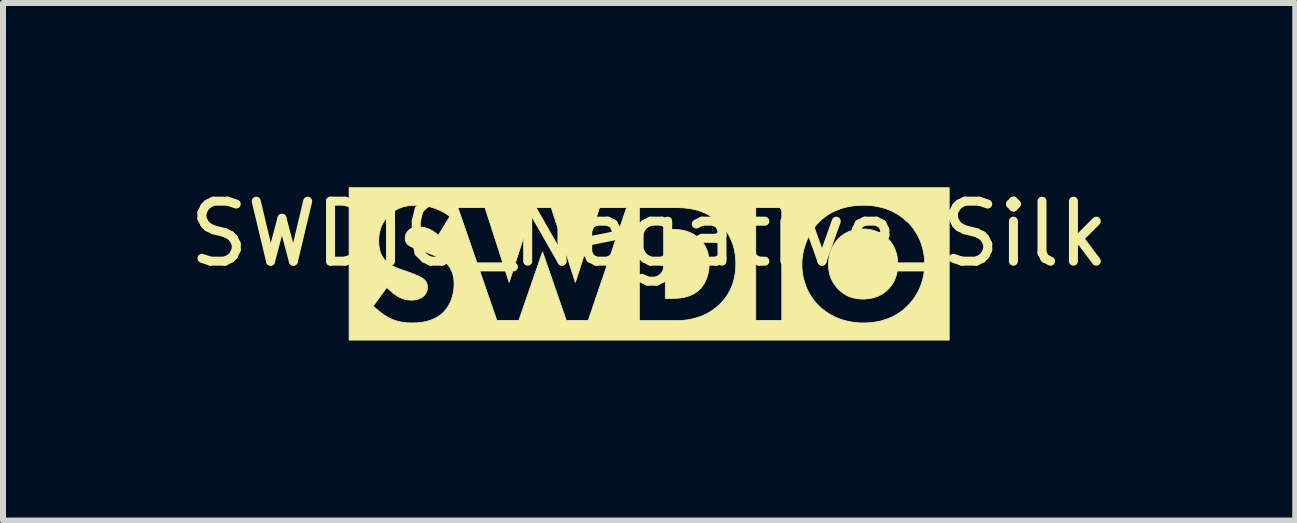
<source format=kicad_pcb>
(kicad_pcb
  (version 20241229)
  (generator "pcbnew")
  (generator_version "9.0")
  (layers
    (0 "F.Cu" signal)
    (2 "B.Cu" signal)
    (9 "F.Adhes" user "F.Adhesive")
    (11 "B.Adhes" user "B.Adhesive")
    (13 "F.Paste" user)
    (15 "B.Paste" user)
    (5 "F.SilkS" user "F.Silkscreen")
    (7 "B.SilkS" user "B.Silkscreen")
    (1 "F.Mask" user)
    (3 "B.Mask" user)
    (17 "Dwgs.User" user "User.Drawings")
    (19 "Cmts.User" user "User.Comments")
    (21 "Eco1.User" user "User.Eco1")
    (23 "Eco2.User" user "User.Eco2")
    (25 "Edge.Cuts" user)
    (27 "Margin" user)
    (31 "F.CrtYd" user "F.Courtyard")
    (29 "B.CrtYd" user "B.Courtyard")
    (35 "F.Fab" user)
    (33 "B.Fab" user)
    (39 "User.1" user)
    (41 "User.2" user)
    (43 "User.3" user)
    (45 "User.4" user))
  (footprint "SWDIO_Negative_Silk"
    (layer "F.Cu")
    (at 7.768 1.348)
    (property "Reference" "SWDIO_Negative_Silk" (at 0 -0.5 0) (unlocked yes) (layer "F.SilkS") (effects (font (size 1 1) (thickness 0.15))))
    (fp_poly (pts (xy 0.439 -0.574) (xy 0.467 -0.572) (xy 0.495 -0.57) (xy 0.524 -0.566) (xy 0.554 -0.561) (xy 0.584 -0.555) (xy 0.614 -0.547) (xy 0.644 -0.537) (xy 0.674 -0.526) (xy 0.704 -0.513) (xy 0.733 -0.498) (xy 0.762 -0.48) (xy 0.791 -0.46) (xy 0.819 -0.438) (xy 0.832 -0.426) (xy 0.846 -0.413) (xy 0.859 -0.398) (xy 0.873 -0.383) (xy 0.887 -0.366) (xy 0.901 -0.347) (xy 0.914 -0.328) (xy 0.927 -0.307) (xy 0.939 -0.284) (xy 0.951 -0.26) (xy 0.962 -0.235) (xy 0.971 -0.207) (xy 0.98 -0.178) (xy 0.987 -0.148) (xy 0.993 -0.115) (xy 0.997 -0.081) (xy 1 -0.045) (xy 1.001 -0.007) (xy 1 0.031) (xy 0.997 0.069) (xy 0.993 0.105) (xy 0.986 0.14) (xy 0.979 0.174) (xy 0.97 0.206) (xy 0.959 0.237) (xy 0.947 0.267) (xy 0.934 0.295) (xy 0.92 0.322) (xy 0.905 0.347) (xy 0.889 0.37) (xy 0.872 0.392) (xy 0.855 0.413) (xy 0.836 0.431) (xy 0.817 0.448) (xy 0.804 0.459) (xy 0.79 0.469) (xy 0.776 0.479) (xy 0.762 0.488) (xy 0.748 0.496) (xy 0.733 0.504) (xy 0.703 0.518) (xy 0.673 0.531) (xy 0.643 0.541) (xy 0.613 0.549) (xy 0.584 0.557) (xy 0.554 0.562) (xy 0.526 0.566) (xy 0.499 0.57) (xy 0.473 0.572) (xy 0.426 0.574) (xy 0.387 0.575) (xy 0.27 0.575) (xy 0.27 -0.575) (xy 0.387 -0.575)) (stroke (width 0.013) (type solid)) (fill yes) (layer "F.SilkS"))
    (fp_poly (pts (xy 3.598 -0.581) (xy 3.629 -0.579) (xy 3.66 -0.575) (xy 3.691 -0.57) (xy 3.72 -0.563) (xy 3.749 -0.555) (xy 3.777 -0.546) (xy 3.804 -0.535) (xy 3.83 -0.524) (xy 3.855 -0.511) (xy 3.879 -0.498) (xy 3.902 -0.484) (xy 3.924 -0.469) (xy 3.945 -0.453) (xy 3.964 -0.437) (xy 3.982 -0.42) (xy 3.997 -0.403) (xy 4.013 -0.385) (xy 4.028 -0.366) (xy 4.043 -0.345) (xy 4.057 -0.323) (xy 4.07 -0.3) (xy 4.083 -0.275) (xy 4.095 -0.249) (xy 4.105 -0.222) (xy 4.115 -0.193) (xy 4.123 -0.164) (xy 4.131 -0.133) (xy 4.136 -0.1) (xy 4.14 -0.067) (xy 4.143 -0.032) (xy 4.144 0.004) (xy 4.144 0.023) (xy 4.143 0.043) (xy 4.142 0.062) (xy 4.14 0.08) (xy 4.138 0.099) (xy 4.135 0.116) (xy 4.132 0.133) (xy 4.129 0.15) (xy 4.125 0.166) (xy 4.121 0.182) (xy 4.117 0.197) (xy 4.112 0.212) (xy 4.102 0.241) (xy 4.091 0.268) (xy 4.078 0.293) (xy 4.066 0.316) (xy 4.052 0.338) (xy 4.038 0.358) (xy 4.024 0.377) (xy 4.01 0.394) (xy 3.996 0.409) (xy 3.982 0.423) (xy 3.965 0.44) (xy 3.946 0.457) (xy 3.927 0.472) (xy 3.906 0.487) (xy 3.884 0.502) (xy 3.861 0.515) (xy 3.837 0.527) (xy 3.812 0.539) (xy 3.785 0.549) (xy 3.758 0.558) (xy 3.729 0.566) (xy 3.698 0.573) (xy 3.667 0.578) (xy 3.634 0.582) (xy 3.601 0.585) (xy 3.565 0.586) (xy 3.538 0.585) (xy 3.512 0.584) (xy 3.485 0.581) (xy 3.458 0.578) (xy 3.432 0.573) (xy 3.406 0.567) (xy 3.381 0.56) (xy 3.355 0.552) (xy 3.33 0.542) (xy 3.305 0.531) (xy 3.281 0.518) (xy 3.256 0.504) (xy 3.233 0.488) (xy 3.209 0.47) (xy 3.186 0.451) (xy 3.163 0.43) (xy 3.142 0.409) (xy 3.122 0.387) (xy 3.104 0.364) (xy 3.087 0.341) (xy 3.072 0.317) (xy 3.057 0.292) (xy 3.045 0.267) (xy 3.033 0.241) (xy 3.023 0.215) (xy 3.014 0.187) (xy 3.007 0.159) (xy 3.001 0.13) (xy 2.996 0.101) (xy 2.993 0.07) (xy 2.991 0.039) (xy 2.99 0.007) (xy 2.991 -0.012) (xy 2.991 -0.031) (xy 2.993 -0.05) (xy 2.994 -0.068) (xy 2.996 -0.086) (xy 2.999 -0.103) (xy 3.002 -0.12) (xy 3.005 -0.137) (xy 3.013 -0.169) (xy 3.021 -0.199) (xy 3.032 -0.228) (xy 3.043 -0.255) (xy 3.055 -0.281) (xy 3.068 -0.306) (xy 3.082 -0.328) (xy 3.096 -0.35) (xy 3.111 -0.369) (xy 3.126 -0.388) (xy 3.141 -0.405) (xy 3.156 -0.42) (xy 3.153 -0.42) (xy 3.172 -0.438) (xy 3.193 -0.456) (xy 3.214 -0.473) (xy 3.236 -0.488) (xy 3.259 -0.503) (xy 3.283 -0.516) (xy 3.307 -0.528) (xy 3.333 -0.539) (xy 3.359 -0.549) (xy 3.386 -0.558) (xy 3.414 -0.565) (xy 3.442 -0.571) (xy 3.472 -0.576) (xy 3.502 -0.579) (xy 3.533 -0.581) (xy 3.565 -0.582)) (stroke (width 0.013) (type solid)) (fill yes) (layer "F.SilkS"))
    (fp_poly (pts (xy 5.001 1.27) (xy -5 1.27) (xy -5 0.702) (xy -4.598 0.702) (xy -4.57 0.729) (xy -4.538 0.757) (xy -4.505 0.785) (xy -4.47 0.812) (xy -4.433 0.839) (xy -4.414 0.852) (xy -4.396 0.864) (xy -4.377 0.875) (xy -4.359 0.887) (xy -4.341 0.897) (xy -4.323 0.907) (xy -4.3 0.917) (xy -4.278 0.926) (xy -4.255 0.935) (xy -4.232 0.943) (xy -4.21 0.95) (xy -4.187 0.956) (xy -4.164 0.962) (xy -4.141 0.967) (xy -4.118 0.971) (xy -4.094 0.975) (xy -4.071 0.978) (xy -4.047 0.98) (xy -4.023 0.982) (xy -3.998 0.983) (xy -3.974 0.984) (xy -3.949 0.984) (xy -3.897 0.983) (xy -3.868 0.982) (xy -3.837 0.979) (xy -3.804 0.976) (xy -3.77 0.97) (xy -3.734 0.964) (xy -3.698 0.955) (xy -3.665 0.945) (xy -0.163 0.945) (xy 0.447 0.945) (xy 0.513 0.944) (xy 0.548 0.942) (xy 1.777 0.942) (xy 2.211 0.942) (xy 2.211 0.011) (xy 2.546 0.011) (xy 2.547 0.062) (xy 2.551 0.113) (xy 2.558 0.163) (xy 2.566 0.212) (xy 2.578 0.26) (xy 2.591 0.308) (xy 2.607 0.354) (xy 2.625 0.4) (xy 2.645 0.444) (xy 2.667 0.486) (xy 2.691 0.527) (xy 2.717 0.567) (xy 2.745 0.605) (xy 2.774 0.642) (xy 2.806 0.676) (xy 2.839 0.709) (xy 2.866 0.734) (xy 2.896 0.759) (xy 2.929 0.784) (xy 2.963 0.809) (xy 3 0.832) (xy 3.04 0.855) (xy 3.082 0.877) (xy 3.126 0.897) (xy 3.173 0.916) (xy 3.223 0.933) (xy 3.274 0.947) (xy 3.329 0.96) (xy 3.386 0.97) (xy 3.445 0.978) (xy 3.508 0.983) (xy 3.572 0.984) (xy 3.63 0.983) (xy 3.687 0.979) (xy 3.741 0.973) (xy 3.794 0.965) (xy 3.845 0.955) (xy 3.894 0.942) (xy 3.941 0.927) (xy 3.987 0.91) (xy 4.032 0.891) (xy 4.075 0.871) (xy 4.116 0.848) (xy 4.155 0.824) (xy 4.194 0.797) (xy 4.23 0.77) (xy 4.265 0.74) (xy 4.299 0.709) (xy 4.336 0.671) (xy 4.37 0.632) (xy 4.401 0.592) (xy 4.43 0.551) (xy 4.456 0.508) (xy 4.48 0.465) (xy 4.502 0.421) (xy 4.521 0.376) (xy 4.538 0.331) (xy 4.552 0.285) (xy 4.565 0.238) (xy 4.575 0.192) (xy 4.582 0.145) (xy 4.588 0.098) (xy 4.591 0.051) (xy 4.592 0.004) (xy 4.591 -0.051) (xy 4.587 -0.104) (xy 4.58 -0.156) (xy 4.571 -0.207) (xy 4.56 -0.257) (xy 4.546 -0.305) (xy 4.53 -0.352) (xy 4.512 -0.398) (xy 4.492 -0.442) (xy 4.469 -0.485) (xy 4.445 -0.526) (xy 4.419 -0.566) (xy 4.392 -0.604) (xy 4.362 -0.641) (xy 4.332 -0.676) (xy 4.299 -0.709) (xy 4.299 -0.702) (xy 4.263 -0.735) (xy 4.226 -0.767) (xy 4.188 -0.796) (xy 4.148 -0.822) (xy 4.107 -0.847) (xy 4.064 -0.87) (xy 4.021 -0.89) (xy 3.976 -0.908) (xy 3.929 -0.925) (xy 3.882 -0.938) (xy 3.833 -0.95) (xy 3.783 -0.96) (xy 3.732 -0.968) (xy 3.68 -0.973) (xy 3.627 -0.976) (xy 3.572 -0.977) (xy 3.538 -0.977) (xy 3.503 -0.975) (xy 3.47 -0.973) (xy 3.438 -0.971) (xy 3.406 -0.967) (xy 3.375 -0.963) (xy 3.345 -0.958) (xy 3.316 -0.952) (xy 3.287 -0.946) (xy 3.26 -0.939) (xy 3.233 -0.932) (xy 3.207 -0.924) (xy 3.157 -0.906) (xy 3.11 -0.887) (xy 3.066 -0.867) (xy 3.025 -0.845) (xy 2.986 -0.822) (xy 2.951 -0.799) (xy 2.918 -0.775) (xy 2.888 -0.75) (xy 2.86 -0.726) (xy 2.835 -0.702) (xy 2.804 -0.669) (xy 2.774 -0.634) (xy 2.746 -0.597) (xy 2.719 -0.558) (xy 2.693 -0.517) (xy 2.669 -0.475) (xy 2.647 -0.431) (xy 2.627 -0.385) (xy 2.609 -0.339) (xy 2.593 -0.291) (xy 2.579 -0.243) (xy 2.567 -0.193) (xy 2.558 -0.143) (xy 2.551 -0.092) (xy 2.547 -0.041) (xy 2.546 0.011) (xy 2.211 0.011) (xy 2.211 -0.938) (xy 1.777 -0.938) (xy 1.777 0.942) (xy 0.548 0.942) (xy 0.551 0.942) (xy 0.591 0.938) (xy 0.635 0.933) (xy 0.681 0.925) (xy 0.728 0.915) (xy 0.778 0.902) (xy 0.828 0.886) (xy 0.88 0.867) (xy 0.931 0.844) (xy 0.984 0.817) (xy 1.036 0.786) (xy 1.087 0.75) (xy 1.138 0.709) (xy 1.163 0.687) (xy 1.188 0.663) (xy 1.216 0.633) (xy 1.243 0.602) (xy 1.269 0.569) (xy 1.293 0.535) (xy 1.316 0.499) (xy 1.337 0.461) (xy 1.357 0.422) (xy 1.375 0.381) (xy 1.391 0.339) (xy 1.405 0.295) (xy 1.417 0.25) (xy 1.427 0.202) (xy 1.435 0.153) (xy 1.441 0.103) (xy 1.444 0.051) (xy 1.445 -0.004) (xy 1.444 -0.058) (xy 1.44 -0.11) (xy 1.434 -0.161) (xy 1.426 -0.21) (xy 1.416 -0.257) (xy 1.403 -0.303) (xy 1.388 -0.347) (xy 1.372 -0.389) (xy 1.353 -0.43) (xy 1.332 -0.47) (xy 1.31 -0.508) (xy 1.286 -0.545) (xy 1.26 -0.58) (xy 1.233 -0.614) (xy 1.204 -0.646) (xy 1.174 -0.677) (xy 1.13 -0.717) (xy 1.086 -0.753) (xy 1.041 -0.785) (xy 0.996 -0.813) (xy 0.95 -0.838) (xy 0.904 -0.859) (xy 0.857 -0.877) (xy 0.81 -0.893) (xy 0.763 -0.905) (xy 0.715 -0.915) (xy 0.668 -0.923) (xy 0.62 -0.929) (xy 0.573 -0.934) (xy 0.526 -0.936) (xy 0.479 -0.938) (xy 0.433 -0.938) (xy -0.163 -0.938) (xy -0.163 0.945) (xy -3.665 0.945) (xy -3.662 0.944) (xy -3.625 0.932) (xy -3.588 0.916) (xy -3.552 0.898) (xy -3.516 0.877) (xy -3.499 0.865) (xy -3.481 0.853) (xy -3.465 0.839) (xy -3.448 0.825) (xy -3.432 0.81) (xy -3.416 0.794) (xy -3.398 0.774) (xy -3.381 0.752) (xy -3.364 0.729) (xy -3.348 0.705) (xy -3.334 0.679) (xy -3.32 0.653) (xy -3.308 0.625) (xy -3.296 0.595) (xy -3.286 0.565) (xy -3.277 0.534) (xy -3.269 0.501) (xy -3.262 0.468) (xy -3.257 0.434) (xy -3.253 0.4) (xy -3.251 0.364) (xy -3.25 0.328) (xy -3.251 0.307) (xy -3.252 0.286) (xy -3.254 0.264) (xy -3.256 0.242) (xy -3.26 0.22) (xy -3.265 0.197) (xy -3.271 0.175) (xy -3.278 0.152) (xy -3.286 0.13) (xy -3.296 0.107) (xy -3.307 0.085) (xy -3.32 0.063) (xy -3.334 0.041) (xy -3.35 0.02) (xy -3.368 -0.001) (xy -3.388 -0.021) (xy -3.402 -0.034) (xy -3.417 -0.046) (xy -3.432 -0.058) (xy -3.448 -0.069) (xy -3.464 -0.08) (xy -3.48 -0.09) (xy -3.497 -0.099) (xy -3.514 -0.108) (xy -3.531 -0.117) (xy -3.548 -0.125) (xy -3.581 -0.14) (xy -3.614 -0.153) (xy -3.645 -0.166) (xy -3.786 -0.219) (xy -3.871 -0.249) (xy -3.905 -0.261) (xy -3.921 -0.267) (xy -3.935 -0.273) (xy -3.949 -0.279) (xy -3.961 -0.285) (xy -3.973 -0.29) (xy -3.984 -0.297) (xy -3.995 -0.303) (xy -4.005 -0.31) (xy -4.014 -0.317) (xy -4.023 -0.325) (xy -4.028 -0.33) (xy -4.033 -0.335) (xy -4.037 -0.341) (xy -4.041 -0.347) (xy -4.045 -0.352) (xy -4.049 -0.358) (xy -4.052 -0.365) (xy -4.055 -0.371) (xy -4.057 -0.377) (xy -4.059 -0.384) (xy -4.061 -0.391) (xy -4.062 -0.398) (xy -4.064 -0.406) (xy -4.064 -0.414) (xy -4.065 -0.422) (xy -4.065 -0.43) (xy -4.065 -0.44) (xy -4.064 -0.449) (xy -4.063 -0.457) (xy -4.061 -0.466) (xy -4.059 -0.474) (xy -4.057 -0.483) (xy -4.054 -0.491) (xy -4.051 -0.498) (xy -4.048 -0.506) (xy -4.044 -0.513) (xy -4.04 -0.52) (xy -4.035 -0.527) (xy -4.031 -0.533) (xy -4.026 -0.539) (xy -4.021 -0.545) (xy -4.016 -0.55) (xy -4.011 -0.555) (xy -4.006 -0.56) (xy -4.001 -0.565) (xy -3.996 -0.569) (xy -3.986 -0.577) (xy -3.975 -0.584) (xy -3.963 -0.59) (xy -3.952 -0.595) (xy -3.94 -0.6) (xy -3.928 -0.603) (xy -3.916 -0.606) (xy -3.904 -0.609) (xy -3.891 -0.61) (xy -3.879 -0.612) (xy -3.867 -0.613) (xy -3.855 -0.613) (xy -3.832 -0.614) (xy -3.808 -0.613) (xy -3.794 -0.612) (xy -3.779 -0.611) (xy -3.762 -0.608) (xy -3.744 -0.605) (xy -3.725 -0.6) (xy -3.705 -0.594) (xy -3.684 -0.587) (xy -3.662 -0.578) (xy -3.64 -0.567) (xy -3.616 -0.554) (xy -3.592 -0.539) (xy -3.567 -0.522) (xy -3.541 -0.502) (xy -3.515 -0.48) (xy -3.515 -0.473) (xy -3.321 -0.79) (xy -3.362 -0.82) (xy -3.402 -0.846) (xy -3.442 -0.869) (xy -3.482 -0.889) (xy -3.521 -0.907) (xy -3.559 -0.922) (xy -3.596 -0.935) (xy -3.607 -0.938) (xy -3.187 -0.938) (xy -2.538 0.942) (xy -2.171 0.942) (xy -1.776 -0.201) (xy -1.381 0.942) (xy -1.014 0.942) (xy -0.375 -0.938) (xy -0.827 -0.938) (xy -1.229 0.307) (xy -1.631 -0.938) (xy -1.931 -0.938) (xy -2.333 0.307) (xy -2.735 -0.938) (xy -3.187 -0.938) (xy -3.607 -0.938) (xy -3.633 -0.946) (xy -3.668 -0.955) (xy -3.702 -0.962) (xy -3.735 -0.967) (xy -3.767 -0.971) (xy -3.797 -0.974) (xy -3.826 -0.976) (xy -3.878 -0.977) (xy -3.911 -0.977) (xy -3.943 -0.975) (xy -3.975 -0.973) (xy -4.006 -0.969) (xy -4.037 -0.964) (xy -4.068 -0.958) (xy -4.098 -0.95) (xy -4.127 -0.941) (xy -4.156 -0.93) (xy -4.184 -0.918) (xy -4.212 -0.904) (xy -4.239 -0.888) (xy -4.266 -0.87) (xy -4.293 -0.85) (xy -4.318 -0.828) (xy -4.344 -0.804) (xy -4.364 -0.782) (xy -4.383 -0.76) (xy -4.401 -0.736) (xy -4.417 -0.712) (xy -4.431 -0.688) (xy -4.445 -0.663) (xy -4.457 -0.637) (xy -4.467 -0.611) (xy -4.477 -0.584) (xy -4.485 -0.557) (xy -4.491 -0.529) (xy -4.497 -0.501) (xy -4.501 -0.472) (xy -4.504 -0.442) (xy -4.506 -0.412) (xy -4.506 -0.381) (xy -4.505 -0.345) (xy -4.504 -0.325) (xy -4.502 -0.305) (xy -4.5 -0.285) (xy -4.496 -0.264) (xy -4.492 -0.243) (xy -4.487 -0.221) (xy -4.48 -0.199) (xy -4.472 -0.177) (xy -4.463 -0.156) (xy -4.453 -0.134) (xy -4.44 -0.113) (xy -4.426 -0.093) (xy -4.411 -0.072) (xy -4.402 -0.063) (xy -4.393 -0.053) (xy -4.38 -0.039) (xy -4.365 -0.026) (xy -4.35 -0.013) (xy -4.335 -0.001) (xy -4.319 0.009) (xy -4.303 0.02) (xy -4.286 0.029) (xy -4.269 0.038) (xy -4.252 0.047) (xy -4.235 0.055) (xy -4.2 0.07) (xy -4.166 0.083) (xy -4.132 0.095) (xy -3.977 0.148) (xy -3.927 0.168) (xy -3.898 0.18) (xy -3.866 0.193) (xy -3.835 0.207) (xy -3.82 0.215) (xy -3.806 0.223) (xy -3.792 0.23) (xy -3.78 0.238) (xy -3.768 0.246) (xy -3.758 0.254) (xy -3.751 0.26) (xy -3.744 0.266) (xy -3.738 0.273) (xy -3.732 0.279) (xy -3.726 0.286) (xy -3.721 0.294) (xy -3.716 0.301) (xy -3.712 0.309) (xy -3.708 0.317) (xy -3.705 0.326) (xy -3.702 0.335) (xy -3.699 0.345) (xy -3.697 0.355) (xy -3.696 0.365) (xy -3.695 0.376) (xy -3.695 0.388) (xy -3.695 0.395) (xy -3.695 0.401) (xy -3.696 0.407) (xy -3.696 0.414) (xy -3.697 0.42) (xy -3.698 0.426) (xy -3.699 0.431) (xy -3.7 0.437) (xy -3.702 0.443) (xy -3.703 0.448) (xy -3.707 0.459) (xy -3.711 0.469) (xy -3.715 0.478) (xy -3.72 0.488) (xy -3.725 0.496) (xy -3.731 0.505) (xy -3.736 0.513) (xy -3.742 0.52) (xy -3.749 0.527) (xy -3.755 0.534) (xy -3.762 0.54) (xy -3.774 0.549) (xy -3.786 0.558) (xy -3.799 0.565) (xy -3.811 0.572) (xy -3.824 0.578) (xy -3.837 0.583) (xy -3.85 0.588) (xy -3.863 0.591) (xy -3.876 0.595) (xy -3.889 0.597) (xy -3.901 0.599) (xy -3.914 0.601) (xy -3.926 0.602) (xy -3.937 0.603) (xy -3.948 0.603) (xy -3.959 0.603) (xy -3.976 0.603) (xy -3.992 0.602) (xy -4.008 0.601) (xy -4.023 0.599) (xy -4.038 0.597) (xy -4.053 0.594) (xy -4.068 0.591) (xy -4.083 0.587) (xy -4.097 0.583) (xy -4.112 0.578) (xy -4.126 0.572) (xy -4.14 0.566) (xy -4.154 0.559) (xy -4.168 0.552) (xy -4.182 0.545) (xy -4.196 0.536) (xy -4.206 0.53) (xy -4.216 0.523) (xy -4.227 0.515) (xy -4.239 0.507) (xy -4.262 0.49) (xy -4.285 0.471) (xy -4.308 0.451) (xy -4.331 0.431) (xy -4.352 0.411) (xy -4.372 0.392) (xy -4.598 0.702) (xy -5 0.702) (xy -5 -1.27) (xy 5.001 -1.27)) (stroke (width 0.013) (type solid)) (fill yes) (layer "F.SilkS")))
  (gr_rect
    (start -3 -3)
    (end 18.536 5.625)
    (stroke (width 0.1) (type default))
    (fill no)
    (layer "Edge.Cuts")))
</source>
